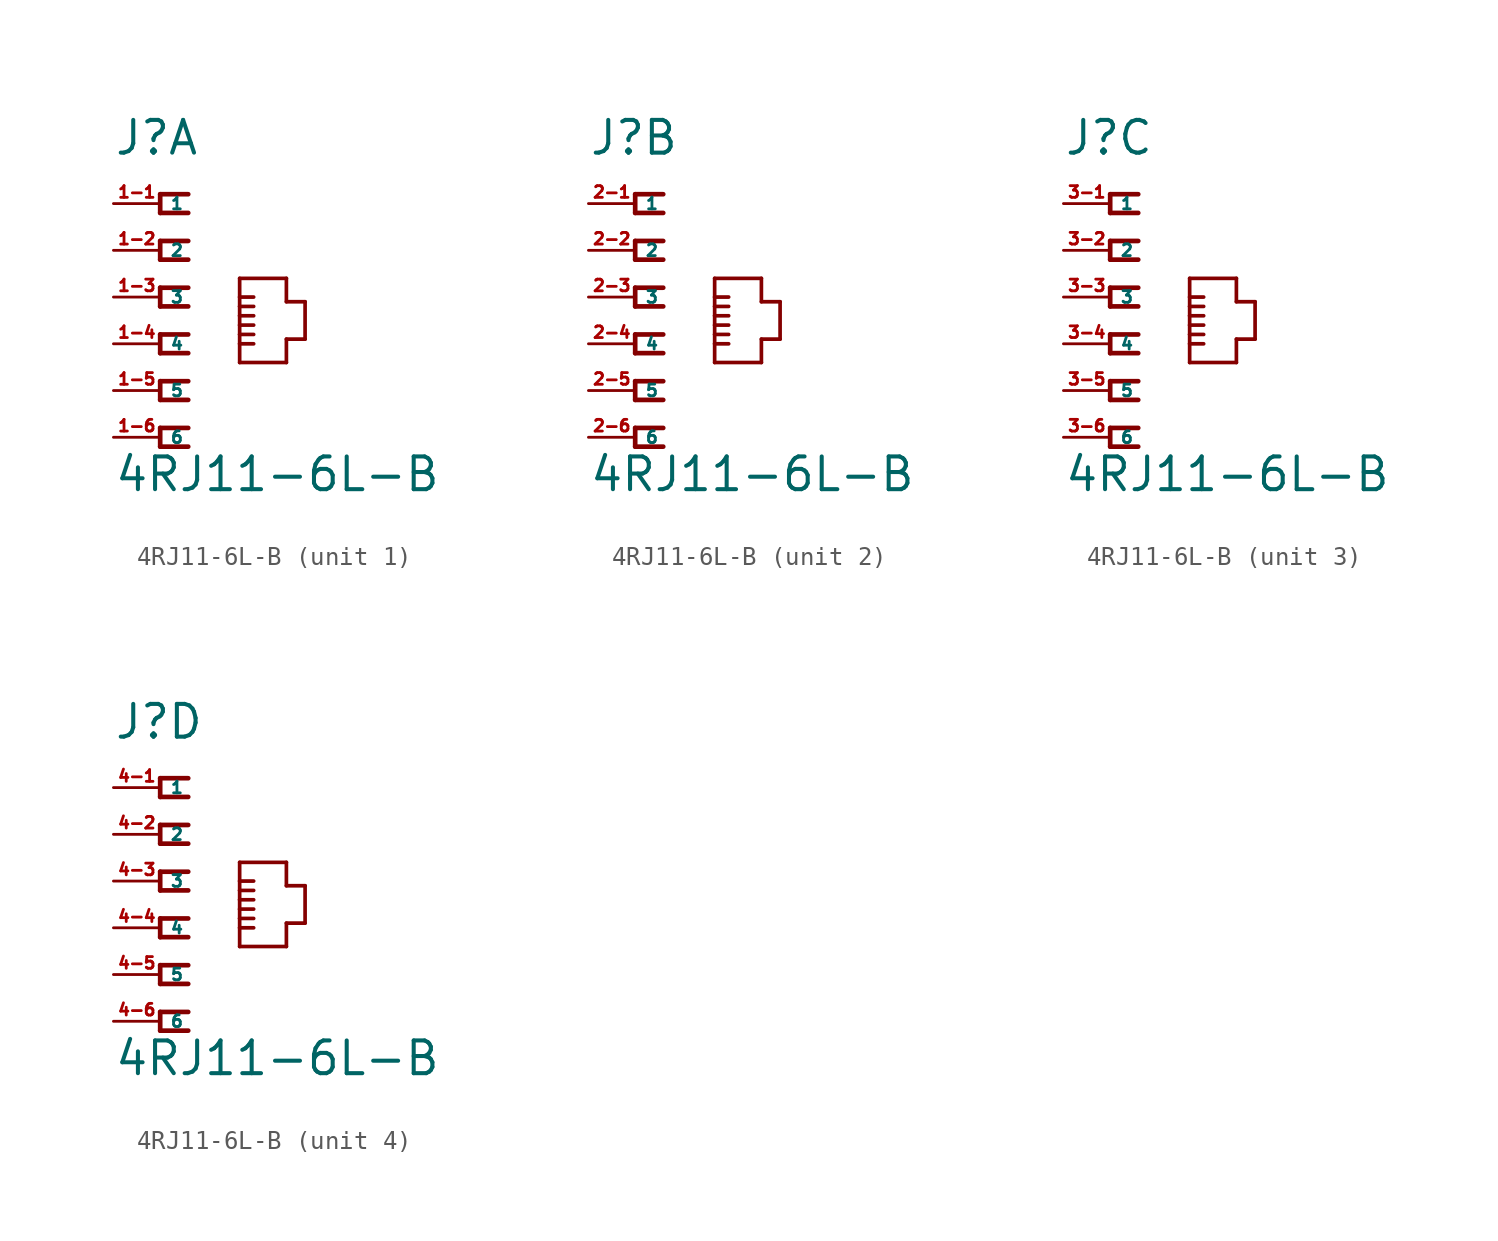
<source format=kicad_sym>
(kicad_symbol_lib
  (version 20220914)
  (generator Eagle2Kicad)
  (symbol "4RJ11-6L-B"
    (property "Reference" "J"
      (at -2.54 7.62 0)
      (effects (font (size 1.778 1.778) (thickness 0.22)) (justify left bottom)))
    (property "Value" "4RJ11-6L-B"
      (at -2.54 -10.668 0)
      (effects (font (size 1.778 1.778) (thickness 0.22)) (justify left bottom)))
    (symbol "4RJ11-6L-B_1_0"
      (polyline (pts (xy 1.524 5.588) (xy 0 5.588)) (stroke (width 0.254) (type default)) (fill (type none)))
      (polyline (pts (xy 0 5.588) (xy 0 4.572)) (stroke (width 0.254) (type default)) (fill (type none)))
      (polyline (pts (xy 0 4.572) (xy 1.524 4.572)) (stroke (width 0.254) (type default)) (fill (type none)))
      (polyline (pts (xy 1.524 3.048) (xy 0 3.048)) (stroke (width 0.254) (type default)) (fill (type none)))
      (polyline (pts (xy 0 3.048) (xy 0 2.032)) (stroke (width 0.254) (type default)) (fill (type none)))
      (polyline (pts (xy 0 2.032) (xy 1.524 2.032)) (stroke (width 0.254) (type default)) (fill (type none)))
      (polyline (pts (xy 1.524 0.508) (xy 0 0.508)) (stroke (width 0.254) (type default)) (fill (type none)))
      (polyline (pts (xy 0 0.508) (xy 0 -0.508)) (stroke (width 0.254) (type default)) (fill (type none)))
      (polyline (pts (xy 0 -0.508) (xy 1.524 -0.508)) (stroke (width 0.254) (type default)) (fill (type none)))
      (polyline (pts (xy 1.524 -2.032) (xy 0 -2.032)) (stroke (width 0.254) (type default)) (fill (type none)))
      (polyline (pts (xy 0 -2.032) (xy 0 -3.048)) (stroke (width 0.254) (type default)) (fill (type none)))
      (polyline (pts (xy 0 -3.048) (xy 1.524 -3.048)) (stroke (width 0.254) (type default)) (fill (type none)))
      (polyline (pts (xy 1.524 -4.572) (xy 0 -4.572)) (stroke (width 0.254) (type default)) (fill (type none)))
      (polyline (pts (xy 0 -4.572) (xy 0 -5.588)) (stroke (width 0.254) (type default)) (fill (type none)))
      (polyline (pts (xy 0 -5.588) (xy 1.524 -5.588)) (stroke (width 0.254) (type default)) (fill (type none)))
      (polyline (pts (xy 1.524 -7.112) (xy 0 -7.112)) (stroke (width 0.254) (type default)) (fill (type none)))
      (polyline (pts (xy 0 -7.112) (xy 0 -8.128)) (stroke (width 0.254) (type default)) (fill (type none)))
      (polyline (pts (xy 0 -8.128) (xy 1.524 -8.128)) (stroke (width 0.254) (type default)) (fill (type none)))
      (polyline (pts (xy 4.318 -3.556) (xy 6.858 -3.556)) (stroke (width 0.2) (type default)) (fill (type none)))
      (polyline (pts (xy 6.858 -3.556) (xy 6.858 -2.286)) (stroke (width 0.2) (type default)) (fill (type none)))
      (polyline (pts (xy 6.858 -2.286) (xy 7.874 -2.286)) (stroke (width 0.2) (type default)) (fill (type none)))
      (polyline (pts (xy 7.874 -2.286) (xy 7.874 -0.254)) (stroke (width 0.2) (type default)) (fill (type none)))
      (polyline (pts (xy 7.874 -0.254) (xy 6.858 -0.254)) (stroke (width 0.2) (type default)) (fill (type none)))
      (polyline (pts (xy 6.858 -0.254) (xy 6.858 1.016)) (stroke (width 0.2) (type default)) (fill (type none)))
      (polyline (pts (xy 6.858 1.016) (xy 4.318 1.016)) (stroke (width 0.2) (type default)) (fill (type none)))
      (polyline (pts (xy 4.318 1.016) (xy 4.318 0)) (stroke (width 0.2) (type default)) (fill (type none)))
      (polyline (pts (xy 4.318 0) (xy 4.318 -0.508)) (stroke (width 0.2) (type default)) (fill (type none)))
      (polyline (pts (xy 4.318 -0.508) (xy 4.318 -1.016)) (stroke (width 0.2) (type default)) (fill (type none)))
      (polyline (pts (xy 4.318 -1.016) (xy 4.318 -1.524)) (stroke (width 0.2) (type default)) (fill (type none)))
      (polyline (pts (xy 4.318 -1.524) (xy 4.318 -2.032)) (stroke (width 0.2) (type default)) (fill (type none)))
      (polyline (pts (xy 4.318 -2.032) (xy 4.318 -2.54)) (stroke (width 0.2) (type default)) (fill (type none)))
      (polyline (pts (xy 4.318 -2.54) (xy 4.318 -3.556)) (stroke (width 0.2) (type default)) (fill (type none)))
      (polyline (pts (xy 4.318 0) (xy 5.08 0)) (stroke (width 0.2) (type default)) (fill (type none)))
      (polyline (pts (xy 4.318 -0.508) (xy 5.08 -0.508)) (stroke (width 0.2) (type default)) (fill (type none)))
      (polyline (pts (xy 4.318 -1.016) (xy 5.08 -1.016)) (stroke (width 0.2) (type default)) (fill (type none)))
      (polyline (pts (xy 4.318 -1.524) (xy 5.08 -1.524)) (stroke (width 0.2) (type default)) (fill (type none)))
      (polyline (pts (xy 4.318 -2.032) (xy 5.08 -2.032)) (stroke (width 0.2) (type default)) (fill (type none)))
      (polyline (pts (xy 4.318 -2.54) (xy 5.08 -2.54)) (stroke (width 0.2) (type default)) (fill (type none)))
      (pin passive line (at -2.54 5.08 0) (length 2.54) (name "1" (effects (font (size 0.635 0.635) (thickness 0.08)) (justify left bottom))) (number "1-1" (effects (font (size 0.635 0.635) (thickness 0.08)) (justify left bottom))))
      (pin passive line (at -2.54 2.54 0) (length 2.54) (name "2" (effects (font (size 0.635 0.635) (thickness 0.08)) (justify left bottom))) (number "1-2" (effects (font (size 0.635 0.635) (thickness 0.08)) (justify left bottom))))
      (pin passive line (at -2.54 0 0) (length 2.54) (name "3" (effects (font (size 0.635 0.635) (thickness 0.08)) (justify left bottom))) (number "1-3" (effects (font (size 0.635 0.635) (thickness 0.08)) (justify left bottom))))
      (pin passive line (at -2.54 -2.54 0) (length 2.54) (name "4" (effects (font (size 0.635 0.635) (thickness 0.08)) (justify left bottom))) (number "1-4" (effects (font (size 0.635 0.635) (thickness 0.08)) (justify left bottom))))
      (pin passive line (at -2.54 -5.08 0) (length 2.54) (name "5" (effects (font (size 0.635 0.635) (thickness 0.08)) (justify left bottom))) (number "1-5" (effects (font (size 0.635 0.635) (thickness 0.08)) (justify left bottom))))
      (pin passive line (at -2.54 -7.62 0) (length 2.54) (name "6" (effects (font (size 0.635 0.635) (thickness 0.08)) (justify left bottom))) (number "1-6" (effects (font (size 0.635 0.635) (thickness 0.08)) (justify left bottom)))))
    (symbol "4RJ11-6L-B_2_0"
      (polyline (pts (xy 1.524 5.588) (xy 0 5.588)) (stroke (width 0.254) (type default)) (fill (type none)))
      (polyline (pts (xy 0 5.588) (xy 0 4.572)) (stroke (width 0.254) (type default)) (fill (type none)))
      (polyline (pts (xy 0 4.572) (xy 1.524 4.572)) (stroke (width 0.254) (type default)) (fill (type none)))
      (polyline (pts (xy 1.524 3.048) (xy 0 3.048)) (stroke (width 0.254) (type default)) (fill (type none)))
      (polyline (pts (xy 0 3.048) (xy 0 2.032)) (stroke (width 0.254) (type default)) (fill (type none)))
      (polyline (pts (xy 0 2.032) (xy 1.524 2.032)) (stroke (width 0.254) (type default)) (fill (type none)))
      (polyline (pts (xy 1.524 0.508) (xy 0 0.508)) (stroke (width 0.254) (type default)) (fill (type none)))
      (polyline (pts (xy 0 0.508) (xy 0 -0.508)) (stroke (width 0.254) (type default)) (fill (type none)))
      (polyline (pts (xy 0 -0.508) (xy 1.524 -0.508)) (stroke (width 0.254) (type default)) (fill (type none)))
      (polyline (pts (xy 1.524 -2.032) (xy 0 -2.032)) (stroke (width 0.254) (type default)) (fill (type none)))
      (polyline (pts (xy 0 -2.032) (xy 0 -3.048)) (stroke (width 0.254) (type default)) (fill (type none)))
      (polyline (pts (xy 0 -3.048) (xy 1.524 -3.048)) (stroke (width 0.254) (type default)) (fill (type none)))
      (polyline (pts (xy 1.524 -4.572) (xy 0 -4.572)) (stroke (width 0.254) (type default)) (fill (type none)))
      (polyline (pts (xy 0 -4.572) (xy 0 -5.588)) (stroke (width 0.254) (type default)) (fill (type none)))
      (polyline (pts (xy 0 -5.588) (xy 1.524 -5.588)) (stroke (width 0.254) (type default)) (fill (type none)))
      (polyline (pts (xy 1.524 -7.112) (xy 0 -7.112)) (stroke (width 0.254) (type default)) (fill (type none)))
      (polyline (pts (xy 0 -7.112) (xy 0 -8.128)) (stroke (width 0.254) (type default)) (fill (type none)))
      (polyline (pts (xy 0 -8.128) (xy 1.524 -8.128)) (stroke (width 0.254) (type default)) (fill (type none)))
      (polyline (pts (xy 4.318 -3.556) (xy 6.858 -3.556)) (stroke (width 0.2) (type default)) (fill (type none)))
      (polyline (pts (xy 6.858 -3.556) (xy 6.858 -2.286)) (stroke (width 0.2) (type default)) (fill (type none)))
      (polyline (pts (xy 6.858 -2.286) (xy 7.874 -2.286)) (stroke (width 0.2) (type default)) (fill (type none)))
      (polyline (pts (xy 7.874 -2.286) (xy 7.874 -0.254)) (stroke (width 0.2) (type default)) (fill (type none)))
      (polyline (pts (xy 7.874 -0.254) (xy 6.858 -0.254)) (stroke (width 0.2) (type default)) (fill (type none)))
      (polyline (pts (xy 6.858 -0.254) (xy 6.858 1.016)) (stroke (width 0.2) (type default)) (fill (type none)))
      (polyline (pts (xy 6.858 1.016) (xy 4.318 1.016)) (stroke (width 0.2) (type default)) (fill (type none)))
      (polyline (pts (xy 4.318 1.016) (xy 4.318 0)) (stroke (width 0.2) (type default)) (fill (type none)))
      (polyline (pts (xy 4.318 0) (xy 4.318 -0.508)) (stroke (width 0.2) (type default)) (fill (type none)))
      (polyline (pts (xy 4.318 -0.508) (xy 4.318 -1.016)) (stroke (width 0.2) (type default)) (fill (type none)))
      (polyline (pts (xy 4.318 -1.016) (xy 4.318 -1.524)) (stroke (width 0.2) (type default)) (fill (type none)))
      (polyline (pts (xy 4.318 -1.524) (xy 4.318 -2.032)) (stroke (width 0.2) (type default)) (fill (type none)))
      (polyline (pts (xy 4.318 -2.032) (xy 4.318 -2.54)) (stroke (width 0.2) (type default)) (fill (type none)))
      (polyline (pts (xy 4.318 -2.54) (xy 4.318 -3.556)) (stroke (width 0.2) (type default)) (fill (type none)))
      (polyline (pts (xy 4.318 0) (xy 5.08 0)) (stroke (width 0.2) (type default)) (fill (type none)))
      (polyline (pts (xy 4.318 -0.508) (xy 5.08 -0.508)) (stroke (width 0.2) (type default)) (fill (type none)))
      (polyline (pts (xy 4.318 -1.016) (xy 5.08 -1.016)) (stroke (width 0.2) (type default)) (fill (type none)))
      (polyline (pts (xy 4.318 -1.524) (xy 5.08 -1.524)) (stroke (width 0.2) (type default)) (fill (type none)))
      (polyline (pts (xy 4.318 -2.032) (xy 5.08 -2.032)) (stroke (width 0.2) (type default)) (fill (type none)))
      (polyline (pts (xy 4.318 -2.54) (xy 5.08 -2.54)) (stroke (width 0.2) (type default)) (fill (type none)))
      (pin passive line (at -2.54 5.08 0) (length 2.54) (name "1" (effects (font (size 0.635 0.635) (thickness 0.08)) (justify left bottom))) (number "2-1" (effects (font (size 0.635 0.635) (thickness 0.08)) (justify left bottom))))
      (pin passive line (at -2.54 2.54 0) (length 2.54) (name "2" (effects (font (size 0.635 0.635) (thickness 0.08)) (justify left bottom))) (number "2-2" (effects (font (size 0.635 0.635) (thickness 0.08)) (justify left bottom))))
      (pin passive line (at -2.54 0 0) (length 2.54) (name "3" (effects (font (size 0.635 0.635) (thickness 0.08)) (justify left bottom))) (number "2-3" (effects (font (size 0.635 0.635) (thickness 0.08)) (justify left bottom))))
      (pin passive line (at -2.54 -2.54 0) (length 2.54) (name "4" (effects (font (size 0.635 0.635) (thickness 0.08)) (justify left bottom))) (number "2-4" (effects (font (size 0.635 0.635) (thickness 0.08)) (justify left bottom))))
      (pin passive line (at -2.54 -5.08 0) (length 2.54) (name "5" (effects (font (size 0.635 0.635) (thickness 0.08)) (justify left bottom))) (number "2-5" (effects (font (size 0.635 0.635) (thickness 0.08)) (justify left bottom))))
      (pin passive line (at -2.54 -7.62 0) (length 2.54) (name "6" (effects (font (size 0.635 0.635) (thickness 0.08)) (justify left bottom))) (number "2-6" (effects (font (size 0.635 0.635) (thickness 0.08)) (justify left bottom)))))
    (symbol "4RJ11-6L-B_3_0"
      (polyline (pts (xy 1.524 5.588) (xy 0 5.588)) (stroke (width 0.254) (type default)) (fill (type none)))
      (polyline (pts (xy 0 5.588) (xy 0 4.572)) (stroke (width 0.254) (type default)) (fill (type none)))
      (polyline (pts (xy 0 4.572) (xy 1.524 4.572)) (stroke (width 0.254) (type default)) (fill (type none)))
      (polyline (pts (xy 1.524 3.048) (xy 0 3.048)) (stroke (width 0.254) (type default)) (fill (type none)))
      (polyline (pts (xy 0 3.048) (xy 0 2.032)) (stroke (width 0.254) (type default)) (fill (type none)))
      (polyline (pts (xy 0 2.032) (xy 1.524 2.032)) (stroke (width 0.254) (type default)) (fill (type none)))
      (polyline (pts (xy 1.524 0.508) (xy 0 0.508)) (stroke (width 0.254) (type default)) (fill (type none)))
      (polyline (pts (xy 0 0.508) (xy 0 -0.508)) (stroke (width 0.254) (type default)) (fill (type none)))
      (polyline (pts (xy 0 -0.508) (xy 1.524 -0.508)) (stroke (width 0.254) (type default)) (fill (type none)))
      (polyline (pts (xy 1.524 -2.032) (xy 0 -2.032)) (stroke (width 0.254) (type default)) (fill (type none)))
      (polyline (pts (xy 0 -2.032) (xy 0 -3.048)) (stroke (width 0.254) (type default)) (fill (type none)))
      (polyline (pts (xy 0 -3.048) (xy 1.524 -3.048)) (stroke (width 0.254) (type default)) (fill (type none)))
      (polyline (pts (xy 1.524 -4.572) (xy 0 -4.572)) (stroke (width 0.254) (type default)) (fill (type none)))
      (polyline (pts (xy 0 -4.572) (xy 0 -5.588)) (stroke (width 0.254) (type default)) (fill (type none)))
      (polyline (pts (xy 0 -5.588) (xy 1.524 -5.588)) (stroke (width 0.254) (type default)) (fill (type none)))
      (polyline (pts (xy 1.524 -7.112) (xy 0 -7.112)) (stroke (width 0.254) (type default)) (fill (type none)))
      (polyline (pts (xy 0 -7.112) (xy 0 -8.128)) (stroke (width 0.254) (type default)) (fill (type none)))
      (polyline (pts (xy 0 -8.128) (xy 1.524 -8.128)) (stroke (width 0.254) (type default)) (fill (type none)))
      (polyline (pts (xy 4.318 -3.556) (xy 6.858 -3.556)) (stroke (width 0.2) (type default)) (fill (type none)))
      (polyline (pts (xy 6.858 -3.556) (xy 6.858 -2.286)) (stroke (width 0.2) (type default)) (fill (type none)))
      (polyline (pts (xy 6.858 -2.286) (xy 7.874 -2.286)) (stroke (width 0.2) (type default)) (fill (type none)))
      (polyline (pts (xy 7.874 -2.286) (xy 7.874 -0.254)) (stroke (width 0.2) (type default)) (fill (type none)))
      (polyline (pts (xy 7.874 -0.254) (xy 6.858 -0.254)) (stroke (width 0.2) (type default)) (fill (type none)))
      (polyline (pts (xy 6.858 -0.254) (xy 6.858 1.016)) (stroke (width 0.2) (type default)) (fill (type none)))
      (polyline (pts (xy 6.858 1.016) (xy 4.318 1.016)) (stroke (width 0.2) (type default)) (fill (type none)))
      (polyline (pts (xy 4.318 1.016) (xy 4.318 0)) (stroke (width 0.2) (type default)) (fill (type none)))
      (polyline (pts (xy 4.318 0) (xy 4.318 -0.508)) (stroke (width 0.2) (type default)) (fill (type none)))
      (polyline (pts (xy 4.318 -0.508) (xy 4.318 -1.016)) (stroke (width 0.2) (type default)) (fill (type none)))
      (polyline (pts (xy 4.318 -1.016) (xy 4.318 -1.524)) (stroke (width 0.2) (type default)) (fill (type none)))
      (polyline (pts (xy 4.318 -1.524) (xy 4.318 -2.032)) (stroke (width 0.2) (type default)) (fill (type none)))
      (polyline (pts (xy 4.318 -2.032) (xy 4.318 -2.54)) (stroke (width 0.2) (type default)) (fill (type none)))
      (polyline (pts (xy 4.318 -2.54) (xy 4.318 -3.556)) (stroke (width 0.2) (type default)) (fill (type none)))
      (polyline (pts (xy 4.318 0) (xy 5.08 0)) (stroke (width 0.2) (type default)) (fill (type none)))
      (polyline (pts (xy 4.318 -0.508) (xy 5.08 -0.508)) (stroke (width 0.2) (type default)) (fill (type none)))
      (polyline (pts (xy 4.318 -1.016) (xy 5.08 -1.016)) (stroke (width 0.2) (type default)) (fill (type none)))
      (polyline (pts (xy 4.318 -1.524) (xy 5.08 -1.524)) (stroke (width 0.2) (type default)) (fill (type none)))
      (polyline (pts (xy 4.318 -2.032) (xy 5.08 -2.032)) (stroke (width 0.2) (type default)) (fill (type none)))
      (polyline (pts (xy 4.318 -2.54) (xy 5.08 -2.54)) (stroke (width 0.2) (type default)) (fill (type none)))
      (pin passive line (at -2.54 5.08 0) (length 2.54) (name "1" (effects (font (size 0.635 0.635) (thickness 0.08)) (justify left bottom))) (number "3-1" (effects (font (size 0.635 0.635) (thickness 0.08)) (justify left bottom))))
      (pin passive line (at -2.54 2.54 0) (length 2.54) (name "2" (effects (font (size 0.635 0.635) (thickness 0.08)) (justify left bottom))) (number "3-2" (effects (font (size 0.635 0.635) (thickness 0.08)) (justify left bottom))))
      (pin passive line (at -2.54 0 0) (length 2.54) (name "3" (effects (font (size 0.635 0.635) (thickness 0.08)) (justify left bottom))) (number "3-3" (effects (font (size 0.635 0.635) (thickness 0.08)) (justify left bottom))))
      (pin passive line (at -2.54 -2.54 0) (length 2.54) (name "4" (effects (font (size 0.635 0.635) (thickness 0.08)) (justify left bottom))) (number "3-4" (effects (font (size 0.635 0.635) (thickness 0.08)) (justify left bottom))))
      (pin passive line (at -2.54 -5.08 0) (length 2.54) (name "5" (effects (font (size 0.635 0.635) (thickness 0.08)) (justify left bottom))) (number "3-5" (effects (font (size 0.635 0.635) (thickness 0.08)) (justify left bottom))))
      (pin passive line (at -2.54 -7.62 0) (length 2.54) (name "6" (effects (font (size 0.635 0.635) (thickness 0.08)) (justify left bottom))) (number "3-6" (effects (font (size 0.635 0.635) (thickness 0.08)) (justify left bottom)))))
    (symbol "4RJ11-6L-B_4_0"
      (polyline (pts (xy 1.524 5.588) (xy 0 5.588)) (stroke (width 0.254) (type default)) (fill (type none)))
      (polyline (pts (xy 0 5.588) (xy 0 4.572)) (stroke (width 0.254) (type default)) (fill (type none)))
      (polyline (pts (xy 0 4.572) (xy 1.524 4.572)) (stroke (width 0.254) (type default)) (fill (type none)))
      (polyline (pts (xy 1.524 3.048) (xy 0 3.048)) (stroke (width 0.254) (type default)) (fill (type none)))
      (polyline (pts (xy 0 3.048) (xy 0 2.032)) (stroke (width 0.254) (type default)) (fill (type none)))
      (polyline (pts (xy 0 2.032) (xy 1.524 2.032)) (stroke (width 0.254) (type default)) (fill (type none)))
      (polyline (pts (xy 1.524 0.508) (xy 0 0.508)) (stroke (width 0.254) (type default)) (fill (type none)))
      (polyline (pts (xy 0 0.508) (xy 0 -0.508)) (stroke (width 0.254) (type default)) (fill (type none)))
      (polyline (pts (xy 0 -0.508) (xy 1.524 -0.508)) (stroke (width 0.254) (type default)) (fill (type none)))
      (polyline (pts (xy 1.524 -2.032) (xy 0 -2.032)) (stroke (width 0.254) (type default)) (fill (type none)))
      (polyline (pts (xy 0 -2.032) (xy 0 -3.048)) (stroke (width 0.254) (type default)) (fill (type none)))
      (polyline (pts (xy 0 -3.048) (xy 1.524 -3.048)) (stroke (width 0.254) (type default)) (fill (type none)))
      (polyline (pts (xy 1.524 -4.572) (xy 0 -4.572)) (stroke (width 0.254) (type default)) (fill (type none)))
      (polyline (pts (xy 0 -4.572) (xy 0 -5.588)) (stroke (width 0.254) (type default)) (fill (type none)))
      (polyline (pts (xy 0 -5.588) (xy 1.524 -5.588)) (stroke (width 0.254) (type default)) (fill (type none)))
      (polyline (pts (xy 1.524 -7.112) (xy 0 -7.112)) (stroke (width 0.254) (type default)) (fill (type none)))
      (polyline (pts (xy 0 -7.112) (xy 0 -8.128)) (stroke (width 0.254) (type default)) (fill (type none)))
      (polyline (pts (xy 0 -8.128) (xy 1.524 -8.128)) (stroke (width 0.254) (type default)) (fill (type none)))
      (polyline (pts (xy 4.318 -3.556) (xy 6.858 -3.556)) (stroke (width 0.2) (type default)) (fill (type none)))
      (polyline (pts (xy 6.858 -3.556) (xy 6.858 -2.286)) (stroke (width 0.2) (type default)) (fill (type none)))
      (polyline (pts (xy 6.858 -2.286) (xy 7.874 -2.286)) (stroke (width 0.2) (type default)) (fill (type none)))
      (polyline (pts (xy 7.874 -2.286) (xy 7.874 -0.254)) (stroke (width 0.2) (type default)) (fill (type none)))
      (polyline (pts (xy 7.874 -0.254) (xy 6.858 -0.254)) (stroke (width 0.2) (type default)) (fill (type none)))
      (polyline (pts (xy 6.858 -0.254) (xy 6.858 1.016)) (stroke (width 0.2) (type default)) (fill (type none)))
      (polyline (pts (xy 6.858 1.016) (xy 4.318 1.016)) (stroke (width 0.2) (type default)) (fill (type none)))
      (polyline (pts (xy 4.318 1.016) (xy 4.318 0)) (stroke (width 0.2) (type default)) (fill (type none)))
      (polyline (pts (xy 4.318 0) (xy 4.318 -0.508)) (stroke (width 0.2) (type default)) (fill (type none)))
      (polyline (pts (xy 4.318 -0.508) (xy 4.318 -1.016)) (stroke (width 0.2) (type default)) (fill (type none)))
      (polyline (pts (xy 4.318 -1.016) (xy 4.318 -1.524)) (stroke (width 0.2) (type default)) (fill (type none)))
      (polyline (pts (xy 4.318 -1.524) (xy 4.318 -2.032)) (stroke (width 0.2) (type default)) (fill (type none)))
      (polyline (pts (xy 4.318 -2.032) (xy 4.318 -2.54)) (stroke (width 0.2) (type default)) (fill (type none)))
      (polyline (pts (xy 4.318 -2.54) (xy 4.318 -3.556)) (stroke (width 0.2) (type default)) (fill (type none)))
      (polyline (pts (xy 4.318 0) (xy 5.08 0)) (stroke (width 0.2) (type default)) (fill (type none)))
      (polyline (pts (xy 4.318 -0.508) (xy 5.08 -0.508)) (stroke (width 0.2) (type default)) (fill (type none)))
      (polyline (pts (xy 4.318 -1.016) (xy 5.08 -1.016)) (stroke (width 0.2) (type default)) (fill (type none)))
      (polyline (pts (xy 4.318 -1.524) (xy 5.08 -1.524)) (stroke (width 0.2) (type default)) (fill (type none)))
      (polyline (pts (xy 4.318 -2.032) (xy 5.08 -2.032)) (stroke (width 0.2) (type default)) (fill (type none)))
      (polyline (pts (xy 4.318 -2.54) (xy 5.08 -2.54)) (stroke (width 0.2) (type default)) (fill (type none)))
      (pin passive line (at -2.54 5.08 0) (length 2.54) (name "1" (effects (font (size 0.635 0.635) (thickness 0.08)) (justify left bottom))) (number "4-1" (effects (font (size 0.635 0.635) (thickness 0.08)) (justify left bottom))))
      (pin passive line (at -2.54 2.54 0) (length 2.54) (name "2" (effects (font (size 0.635 0.635) (thickness 0.08)) (justify left bottom))) (number "4-2" (effects (font (size 0.635 0.635) (thickness 0.08)) (justify left bottom))))
      (pin passive line (at -2.54 0 0) (length 2.54) (name "3" (effects (font (size 0.635 0.635) (thickness 0.08)) (justify left bottom))) (number "4-3" (effects (font (size 0.635 0.635) (thickness 0.08)) (justify left bottom))))
      (pin passive line (at -2.54 -2.54 0) (length 2.54) (name "4" (effects (font (size 0.635 0.635) (thickness 0.08)) (justify left bottom))) (number "4-4" (effects (font (size 0.635 0.635) (thickness 0.08)) (justify left bottom))))
      (pin passive line (at -2.54 -5.08 0) (length 2.54) (name "5" (effects (font (size 0.635 0.635) (thickness 0.08)) (justify left bottom))) (number "4-5" (effects (font (size 0.635 0.635) (thickness 0.08)) (justify left bottom))))
      (pin passive line (at -2.54 -7.62 0) (length 2.54) (name "6" (effects (font (size 0.635 0.635) (thickness 0.08)) (justify left bottom))) (number "4-6" (effects (font (size 0.635 0.635) (thickness 0.08)) (justify left bottom)))))))
</source>
